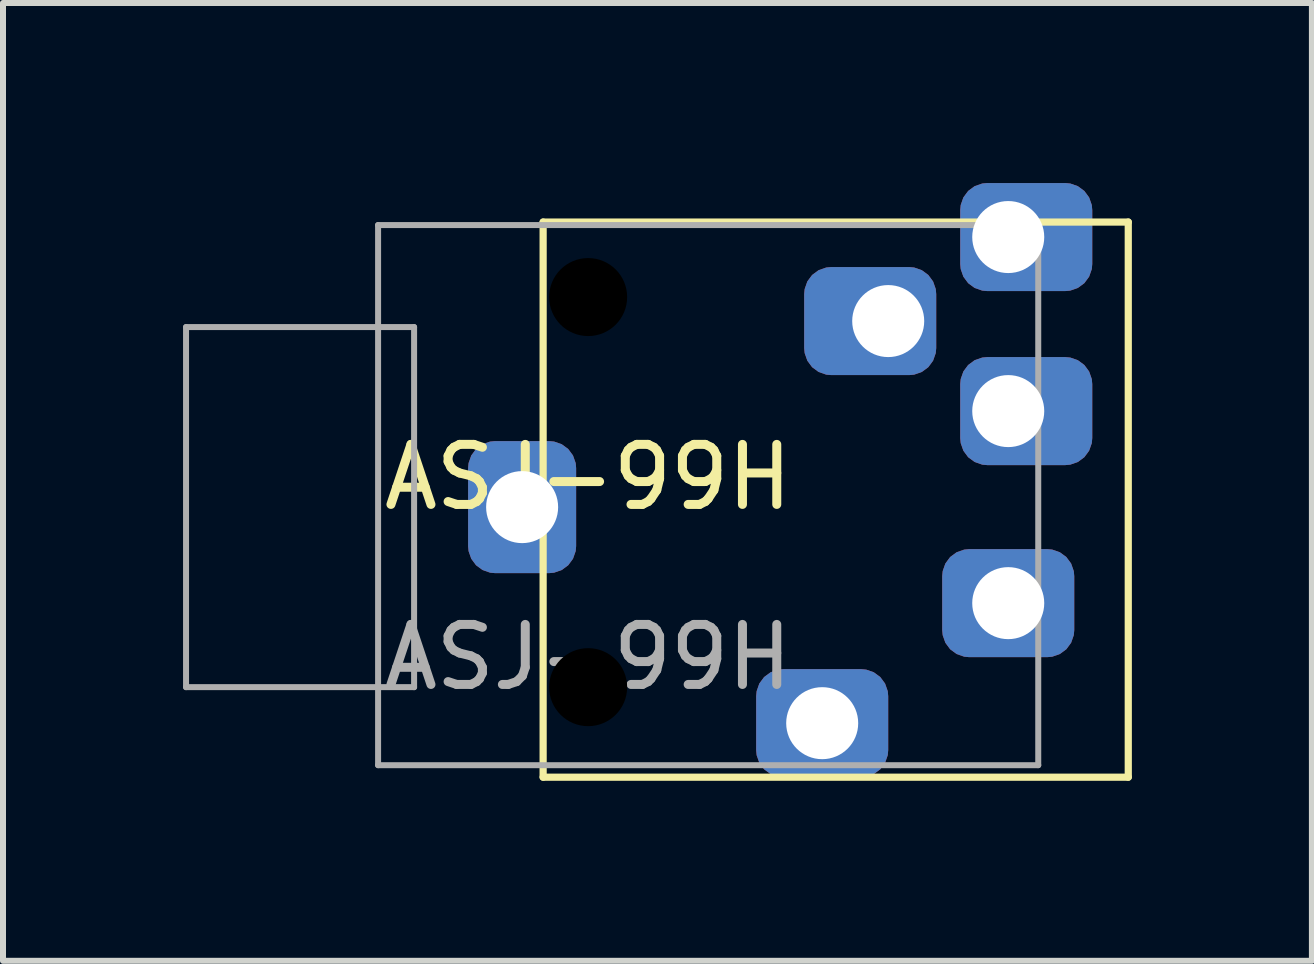
<source format=kicad_pcb>
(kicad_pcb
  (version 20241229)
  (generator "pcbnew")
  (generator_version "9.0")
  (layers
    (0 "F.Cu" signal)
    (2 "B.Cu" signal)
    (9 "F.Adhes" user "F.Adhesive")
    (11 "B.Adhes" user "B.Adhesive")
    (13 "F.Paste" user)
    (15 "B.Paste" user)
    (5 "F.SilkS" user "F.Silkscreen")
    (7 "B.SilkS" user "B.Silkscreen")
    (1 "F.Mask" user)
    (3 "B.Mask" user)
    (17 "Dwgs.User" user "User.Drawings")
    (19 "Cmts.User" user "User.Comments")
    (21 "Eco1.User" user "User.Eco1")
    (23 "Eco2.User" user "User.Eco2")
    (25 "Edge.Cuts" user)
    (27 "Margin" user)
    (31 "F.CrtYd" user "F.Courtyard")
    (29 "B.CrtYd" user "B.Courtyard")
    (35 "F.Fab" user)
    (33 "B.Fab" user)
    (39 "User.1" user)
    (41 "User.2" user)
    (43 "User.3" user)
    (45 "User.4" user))
  (footprint "ASJ-99H"
    (layer "F.Cu")
    (at 6.75 5.4)
    (property "Reference" "ASJ-99H" (at 0 -0.5 0) (unlocked yes) (layer "F.SilkS") (effects (font (size 1 1) (thickness 0.15))))
    (attr smd)
    (fp_line (start -0.75 -4.75) (end 9 -4.75) (stroke (width 0.12) (type solid)) (layer "F.SilkS"))
    (fp_line (start -0.75 4.5) (end -0.75 -4.75) (stroke (width 0.12) (type solid)) (layer "F.SilkS"))
    (fp_line (start 9 -4.75) (end 9 4.5) (stroke (width 0.12) (type solid)) (layer "F.SilkS"))
    (fp_line (start 9 4.5) (end -0.75 4.5) (stroke (width 0.12) (type solid)) (layer "F.SilkS"))
    (fp_line (start -6.7 -3) (end -6.7 3) (stroke (width 0.1) (type solid)) (layer "F.Fab"))
    (fp_line (start -6.7 -3) (end -2.9 -3) (stroke (width 0.1) (type solid)) (layer "F.Fab"))
    (fp_line (start -6.7 3) (end -2.9 3) (stroke (width 0.1) (type solid)) (layer "F.Fab"))
    (fp_line (start -3.5 -4.7) (end -3.5 4.3) (stroke (width 0.1) (type solid)) (layer "F.Fab"))
    (fp_line (start -3.5 -4.7) (end 7.5 -4.7) (stroke (width 0.1) (type solid)) (layer "F.Fab"))
    (fp_line (start -3.5 4.3) (end 7.5 4.3) (stroke (width 0.1) (type solid)) (layer "F.Fab"))
    (fp_line (start -2.9 -3) (end -2.9 3) (stroke (width 0.1) (type solid)) (layer "F.Fab"))
    (fp_line (start 7.5 4.3) (end 7.5 -4.7) (stroke (width 0.1) (type solid)) (layer "F.Fab"))
    (fp_text user "${REFERENCE}" (at 0 2.5 0) (unlocked yes) (layer "F.Fab") (effects (font (size 1 1) (thickness 0.15))))
    (pad "" np_thru_hole circle (at 0 -3.5) (size 1.3 1.3) (drill 1.3) (layers "*.Mask"))
    (pad "" np_thru_hole circle (at 0 3) (size 1.3 1.3) (drill 1.3) (layers "*.Mask"))
    (pad "4" thru_hole roundrect (at 5 -3.1) (size 2.2 1.8) (drill 1.2 (offset -0.3 0)) (layers "*.Cu" "*.Mask") (roundrect_rratio 0.25))
    (pad "5" thru_hole roundrect (at 7 -4.5) (size 2.2 1.8) (drill 1.2 (offset 0.3 0)) (layers "*.Cu" "*.Mask") (roundrect_rratio 0.25))
    (pad "R" thru_hole roundrect (at 3.9 3.6) (size 2.2 1.8) (drill 1.2) (layers "*.Cu" "*.Mask") (roundrect_rratio 0.25))
    (pad "RN" thru_hole roundrect (at 7 1.6) (size 2.2 1.8) (drill 1.2) (layers "*.Cu" "*.Mask") (roundrect_rratio 0.25))
    (pad "S" thru_hole roundrect (at -1.1 0 90) (size 2.2 1.8) (drill 1.2) (layers "*.Cu" "*.Mask") (roundrect_rratio 0.25))
    (pad "T" thru_hole roundrect (at 7 -1.6) (size 2.2 1.8) (drill 1.2 (offset 0.3 0)) (layers "*.Cu" "*.Mask") (roundrect_rratio 0.25)))
  (gr_rect
    (start -3 -3)
    (end 18.81 12.96)
    (stroke (width 0.1) (type default))
    (fill no)
    (layer "Edge.Cuts")))
</source>
